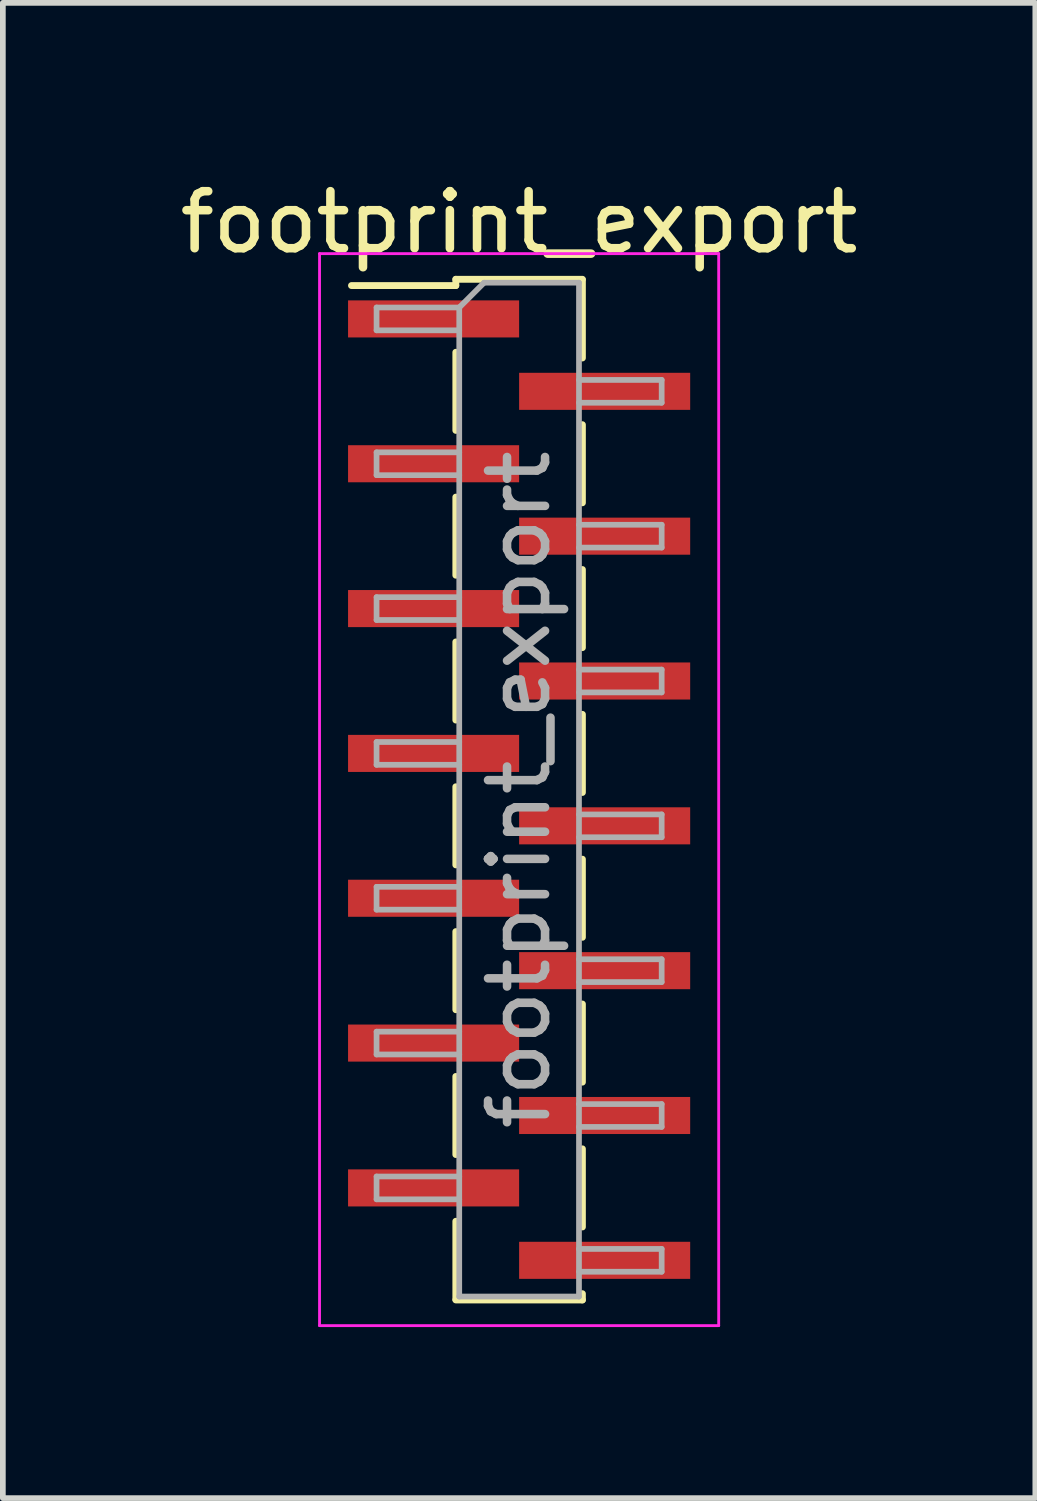
<source format=kicad_pcb>
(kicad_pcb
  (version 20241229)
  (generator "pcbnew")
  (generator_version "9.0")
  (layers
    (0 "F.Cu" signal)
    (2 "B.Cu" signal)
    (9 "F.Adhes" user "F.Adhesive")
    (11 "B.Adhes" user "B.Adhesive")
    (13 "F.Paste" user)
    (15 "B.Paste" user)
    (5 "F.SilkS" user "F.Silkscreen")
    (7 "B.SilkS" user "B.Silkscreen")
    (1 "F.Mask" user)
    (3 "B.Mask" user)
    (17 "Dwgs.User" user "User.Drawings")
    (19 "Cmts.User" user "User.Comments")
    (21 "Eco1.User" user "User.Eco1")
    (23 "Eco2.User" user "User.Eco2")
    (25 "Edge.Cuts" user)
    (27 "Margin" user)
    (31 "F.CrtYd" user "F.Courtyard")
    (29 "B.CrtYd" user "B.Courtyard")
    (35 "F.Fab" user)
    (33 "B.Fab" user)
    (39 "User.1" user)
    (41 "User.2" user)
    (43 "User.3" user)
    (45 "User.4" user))
  (footprint "footprint_export"
    (layer "F.Cu")
    (at 6.054 10.798)
    (property "Reference" "footprint_export" (at 0 -9.95 0) (layer "F.SilkS") (effects (font (size 1 1) (thickness 0.15))))
    (attr smd)
    (fp_line (start -1.11 -8.95) (end -1.11 -8.84) (stroke (width 0.12) (type solid)) (layer "F.SilkS"))
    (fp_line (start -1.11 -8.95) (end 1.11 -8.95) (stroke (width 0.12) (type solid)) (layer "F.SilkS"))
    (fp_line (start -1.11 -8.84) (end -2.94 -8.84) (stroke (width 0.12) (type solid)) (layer "F.SilkS"))
    (fp_line (start -1.11 -7.67) (end -1.11 -6.3) (stroke (width 0.12) (type solid)) (layer "F.SilkS"))
    (fp_line (start -1.11 -5.13) (end -1.11 -3.76) (stroke (width 0.12) (type solid)) (layer "F.SilkS"))
    (fp_line (start -1.11 -2.59) (end -1.11 -1.22) (stroke (width 0.12) (type solid)) (layer "F.SilkS"))
    (fp_line (start -1.11 -0.05) (end -1.11 1.32) (stroke (width 0.12) (type solid)) (layer "F.SilkS"))
    (fp_line (start -1.11 2.49) (end -1.11 3.86) (stroke (width 0.12) (type solid)) (layer "F.SilkS"))
    (fp_line (start -1.11 5.03) (end -1.11 6.4) (stroke (width 0.12) (type solid)) (layer "F.SilkS"))
    (fp_line (start -1.11 7.57) (end -1.11 8.94) (stroke (width 0.12) (type solid)) (layer "F.SilkS"))
    (fp_line (start -1.11 8.95) (end 1.11 8.95) (stroke (width 0.12) (type solid)) (layer "F.SilkS"))
    (fp_line (start 1.11 -8.94) (end 1.11 -7.57) (stroke (width 0.12) (type solid)) (layer "F.SilkS"))
    (fp_line (start 1.11 -6.4) (end 1.11 -5.03) (stroke (width 0.12) (type solid)) (layer "F.SilkS"))
    (fp_line (start 1.11 -3.86) (end 1.11 -2.49) (stroke (width 0.12) (type solid)) (layer "F.SilkS"))
    (fp_line (start 1.11 -1.32) (end 1.11 0.05) (stroke (width 0.12) (type solid)) (layer "F.SilkS"))
    (fp_line (start 1.11 1.22) (end 1.11 2.59) (stroke (width 0.12) (type solid)) (layer "F.SilkS"))
    (fp_line (start 1.11 3.76) (end 1.11 5.13) (stroke (width 0.12) (type solid)) (layer "F.SilkS"))
    (fp_line (start 1.11 6.3) (end 1.11 7.67) (stroke (width 0.12) (type solid)) (layer "F.SilkS"))
    (fp_line (start 1.11 8.84) (end 1.11 8.95) (stroke (width 0.12) (type solid)) (layer "F.SilkS"))
    (fp_line (start -3.5 -9.4) (end -3.5 9.4) (stroke (width 0.05) (type solid)) (layer "F.CrtYd"))
    (fp_line (start -3.5 9.4) (end 3.5 9.4) (stroke (width 0.05) (type solid)) (layer "F.CrtYd"))
    (fp_line (start 3.5 -9.4) (end -3.5 -9.4) (stroke (width 0.05) (type solid)) (layer "F.CrtYd"))
    (fp_line (start 3.5 9.4) (end 3.5 -9.4) (stroke (width 0.05) (type solid)) (layer "F.CrtYd"))
    (fp_line (start -2.5 -8.455) (end -2.5 -8.055) (stroke (width 0.1) (type solid)) (layer "F.Fab"))
    (fp_line (start -2.5 -8.055) (end -1.05 -8.055) (stroke (width 0.1) (type solid)) (layer "F.Fab"))
    (fp_line (start -2.5 -5.915) (end -2.5 -5.515) (stroke (width 0.1) (type solid)) (layer "F.Fab"))
    (fp_line (start -2.5 -5.515) (end -1.05 -5.515) (stroke (width 0.1) (type solid)) (layer "F.Fab"))
    (fp_line (start -2.5 -3.375) (end -2.5 -2.975) (stroke (width 0.1) (type solid)) (layer "F.Fab"))
    (fp_line (start -2.5 -2.975) (end -1.05 -2.975) (stroke (width 0.1) (type solid)) (layer "F.Fab"))
    (fp_line (start -2.5 -0.835) (end -2.5 -0.435) (stroke (width 0.1) (type solid)) (layer "F.Fab"))
    (fp_line (start -2.5 -0.435) (end -1.05 -0.435) (stroke (width 0.1) (type solid)) (layer "F.Fab"))
    (fp_line (start -2.5 1.705) (end -2.5 2.105) (stroke (width 0.1) (type solid)) (layer "F.Fab"))
    (fp_line (start -2.5 2.105) (end -1.05 2.105) (stroke (width 0.1) (type solid)) (layer "F.Fab"))
    (fp_line (start -2.5 4.245) (end -2.5 4.645) (stroke (width 0.1) (type solid)) (layer "F.Fab"))
    (fp_line (start -2.5 4.645) (end -1.05 4.645) (stroke (width 0.1) (type solid)) (layer "F.Fab"))
    (fp_line (start -2.5 6.785) (end -2.5 7.185) (stroke (width 0.1) (type solid)) (layer "F.Fab"))
    (fp_line (start -2.5 7.185) (end -1.05 7.185) (stroke (width 0.1) (type solid)) (layer "F.Fab"))
    (fp_line (start -1.05 -8.455) (end -2.5 -8.455) (stroke (width 0.1) (type solid)) (layer "F.Fab"))
    (fp_line (start -1.05 -8.455) (end -0.615 -8.89) (stroke (width 0.1) (type solid)) (layer "F.Fab"))
    (fp_line (start -1.05 -5.915) (end -2.5 -5.915) (stroke (width 0.1) (type solid)) (layer "F.Fab"))
    (fp_line (start -1.05 -3.375) (end -2.5 -3.375) (stroke (width 0.1) (type solid)) (layer "F.Fab"))
    (fp_line (start -1.05 -0.835) (end -2.5 -0.835) (stroke (width 0.1) (type solid)) (layer "F.Fab"))
    (fp_line (start -1.05 1.705) (end -2.5 1.705) (stroke (width 0.1) (type solid)) (layer "F.Fab"))
    (fp_line (start -1.05 4.245) (end -2.5 4.245) (stroke (width 0.1) (type solid)) (layer "F.Fab"))
    (fp_line (start -1.05 6.785) (end -2.5 6.785) (stroke (width 0.1) (type solid)) (layer "F.Fab"))
    (fp_line (start -1.05 8.89) (end -1.05 -8.455) (stroke (width 0.1) (type solid)) (layer "F.Fab"))
    (fp_line (start -0.615 -8.89) (end 1.05 -8.89) (stroke (width 0.1) (type solid)) (layer "F.Fab"))
    (fp_line (start 1.05 -8.89) (end 1.05 8.89) (stroke (width 0.1) (type solid)) (layer "F.Fab"))
    (fp_line (start 1.05 -7.185) (end 2.5 -7.185) (stroke (width 0.1) (type solid)) (layer "F.Fab"))
    (fp_line (start 1.05 -4.645) (end 2.5 -4.645) (stroke (width 0.1) (type solid)) (layer "F.Fab"))
    (fp_line (start 1.05 -2.105) (end 2.5 -2.105) (stroke (width 0.1) (type solid)) (layer "F.Fab"))
    (fp_line (start 1.05 0.435) (end 2.5 0.435) (stroke (width 0.1) (type solid)) (layer "F.Fab"))
    (fp_line (start 1.05 2.975) (end 2.5 2.975) (stroke (width 0.1) (type solid)) (layer "F.Fab"))
    (fp_line (start 1.05 5.515) (end 2.5 5.515) (stroke (width 0.1) (type solid)) (layer "F.Fab"))
    (fp_line (start 1.05 8.055) (end 2.5 8.055) (stroke (width 0.1) (type solid)) (layer "F.Fab"))
    (fp_line (start 1.05 8.89) (end -1.05 8.89) (stroke (width 0.1) (type solid)) (layer "F.Fab"))
    (fp_line (start 2.5 -7.185) (end 2.5 -6.785) (stroke (width 0.1) (type solid)) (layer "F.Fab"))
    (fp_line (start 2.5 -6.785) (end 1.05 -6.785) (stroke (width 0.1) (type solid)) (layer "F.Fab"))
    (fp_line (start 2.5 -4.645) (end 2.5 -4.245) (stroke (width 0.1) (type solid)) (layer "F.Fab"))
    (fp_line (start 2.5 -4.245) (end 1.05 -4.245) (stroke (width 0.1) (type solid)) (layer "F.Fab"))
    (fp_line (start 2.5 -2.105) (end 2.5 -1.705) (stroke (width 0.1) (type solid)) (layer "F.Fab"))
    (fp_line (start 2.5 -1.705) (end 1.05 -1.705) (stroke (width 0.1) (type solid)) (layer "F.Fab"))
    (fp_line (start 2.5 0.435) (end 2.5 0.835) (stroke (width 0.1) (type solid)) (layer "F.Fab"))
    (fp_line (start 2.5 0.835) (end 1.05 0.835) (stroke (width 0.1) (type solid)) (layer "F.Fab"))
    (fp_line (start 2.5 2.975) (end 2.5 3.375) (stroke (width 0.1) (type solid)) (layer "F.Fab"))
    (fp_line (start 2.5 3.375) (end 1.05 3.375) (stroke (width 0.1) (type solid)) (layer "F.Fab"))
    (fp_line (start 2.5 5.515) (end 2.5 5.915) (stroke (width 0.1) (type solid)) (layer "F.Fab"))
    (fp_line (start 2.5 5.915) (end 1.05 5.915) (stroke (width 0.1) (type solid)) (layer "F.Fab"))
    (fp_line (start 2.5 8.055) (end 2.5 8.455) (stroke (width 0.1) (type solid)) (layer "F.Fab"))
    (fp_line (start 2.5 8.455) (end 1.05 8.455) (stroke (width 0.1) (type solid)) (layer "F.Fab"))
    (fp_text user "${REFERENCE}" (at 0 0 90) (layer "F.Fab") (effects (font (size 1 1) (thickness 0.15))))
    (pad "1" smd rect (at -1.5 -8.255) (size 3 0.65) (layers "F.Cu" "F.Mask" "F.Paste"))
    (pad "2" smd rect (at 1.5 -6.985) (size 3 0.65) (layers "F.Cu" "F.Mask" "F.Paste"))
    (pad "3" smd rect (at -1.5 -5.715) (size 3 0.65) (layers "F.Cu" "F.Mask" "F.Paste"))
    (pad "4" smd rect (at 1.5 -4.445) (size 3 0.65) (layers "F.Cu" "F.Mask" "F.Paste"))
    (pad "5" smd rect (at -1.5 -3.175) (size 3 0.65) (layers "F.Cu" "F.Mask" "F.Paste"))
    (pad "6" smd rect (at 1.5 -1.905) (size 3 0.65) (layers "F.Cu" "F.Mask" "F.Paste"))
    (pad "7" smd rect (at -1.5 -0.635) (size 3 0.65) (layers "F.Cu" "F.Mask" "F.Paste"))
    (pad "8" smd rect (at 1.5 0.635) (size 3 0.65) (layers "F.Cu" "F.Mask" "F.Paste"))
    (pad "9" smd rect (at -1.5 1.905) (size 3 0.65) (layers "F.Cu" "F.Mask" "F.Paste"))
    (pad "10" smd rect (at 1.5 3.175) (size 3 0.65) (layers "F.Cu" "F.Mask" "F.Paste"))
    (pad "11" smd rect (at -1.5 4.445) (size 3 0.65) (layers "F.Cu" "F.Mask" "F.Paste"))
    (pad "12" smd rect (at 1.5 5.715) (size 3 0.65) (layers "F.Cu" "F.Mask" "F.Paste"))
    (pad "13" smd rect (at -1.5 6.985) (size 3 0.65) (layers "F.Cu" "F.Mask" "F.Paste"))
    (pad "14" smd rect (at 1.5 8.255) (size 3 0.65) (layers "F.Cu" "F.Mask" "F.Paste")))
  (gr_rect
    (start -3 -3)
    (end 15.107 23.223)
    (stroke (width 0.1) (type default))
    (fill no)
    (layer "Edge.Cuts")))
</source>
